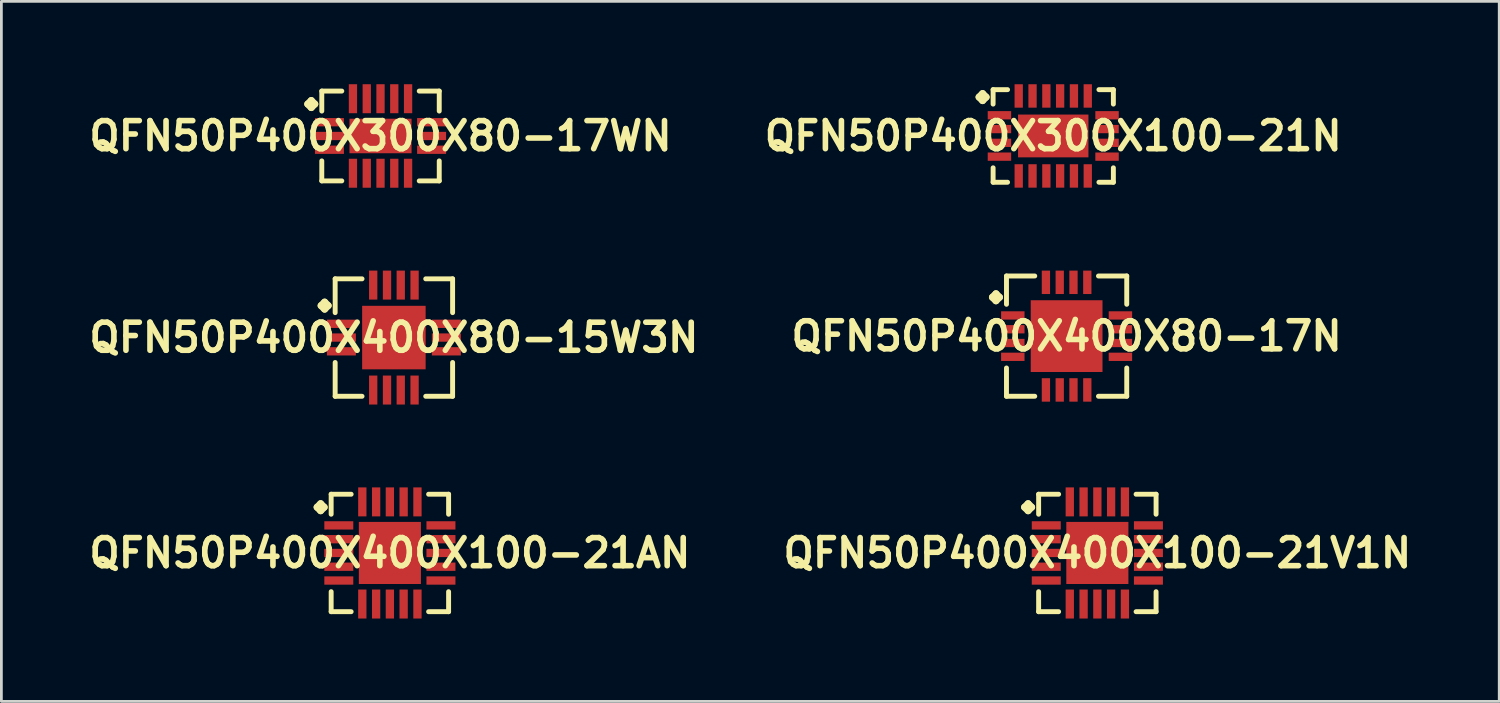
<source format=kicad_pcb>
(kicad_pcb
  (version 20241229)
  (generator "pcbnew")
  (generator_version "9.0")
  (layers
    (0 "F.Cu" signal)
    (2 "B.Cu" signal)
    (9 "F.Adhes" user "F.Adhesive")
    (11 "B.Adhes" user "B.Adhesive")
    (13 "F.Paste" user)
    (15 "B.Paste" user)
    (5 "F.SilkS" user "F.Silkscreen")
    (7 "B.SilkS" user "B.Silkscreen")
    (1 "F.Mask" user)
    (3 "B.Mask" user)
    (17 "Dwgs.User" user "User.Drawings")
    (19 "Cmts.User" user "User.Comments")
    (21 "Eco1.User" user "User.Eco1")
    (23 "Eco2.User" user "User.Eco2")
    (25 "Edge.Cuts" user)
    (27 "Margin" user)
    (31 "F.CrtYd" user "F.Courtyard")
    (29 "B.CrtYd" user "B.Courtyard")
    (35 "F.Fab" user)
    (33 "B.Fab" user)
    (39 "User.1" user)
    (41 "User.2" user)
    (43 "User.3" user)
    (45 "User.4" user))
  (footprint "QFN50P400X300X100-21N"
    (layer "F.Cu")
    (at 35.081 1.872)
    (property "Reference" "QFN50P400X300X100-21N" (at 0 0 0) (layer "F.SilkS") (effects (font (size 1.016 1.016) (thickness 0.203))))
    (attr smd)
    (fp_line (start -2.685 -1.407) (end -2.558 -1.534) (stroke (width 0.254) (type solid)) (layer "F.SilkS"))
    (fp_line (start -2.558 -1.534) (end -2.431 -1.407) (stroke (width 0.254) (type solid)) (layer "F.SilkS"))
    (fp_line (start -2.558 -1.28) (end -2.685 -1.407) (stroke (width 0.254) (type solid)) (layer "F.SilkS"))
    (fp_line (start -2.431 -1.407) (end -2.558 -1.28) (stroke (width 0.254) (type solid)) (layer "F.SilkS"))
    (fp_line (start -2.177 -1.676) (end -1.654 -1.676) (stroke (width 0.178) (type solid)) (layer "F.SilkS"))
    (fp_line (start -2.177 -1.153) (end -2.177 -1.676) (stroke (width 0.178) (type solid)) (layer "F.SilkS"))
    (fp_line (start -2.177 1.153) (end -2.177 1.676) (stroke (width 0.178) (type solid)) (layer "F.SilkS"))
    (fp_line (start -2.177 1.676) (end -1.654 1.676) (stroke (width 0.178) (type solid)) (layer "F.SilkS"))
    (fp_line (start 1.654 -1.676) (end 2.177 -1.676) (stroke (width 0.178) (type solid)) (layer "F.SilkS"))
    (fp_line (start 1.654 1.676) (end 2.177 1.676) (stroke (width 0.178) (type solid)) (layer "F.SilkS"))
    (fp_line (start 2.177 -1.676) (end 2.177 -1.153) (stroke (width 0.178) (type solid)) (layer "F.SilkS"))
    (fp_line (start 2.177 1.676) (end 2.177 1.153) (stroke (width 0.178) (type solid)) (layer "F.SilkS"))
    (pad "1" smd rect (at -1.948 -0.749) (size 0.848 0.3) (layers "F.Cu" "F.Mask" "F.Paste"))
    (pad "2" smd rect (at -1.948 -0.249) (size 0.848 0.3) (layers "F.Cu" "F.Mask" "F.Paste"))
    (pad "3" smd rect (at -1.948 0.249) (size 0.848 0.3) (layers "F.Cu" "F.Mask" "F.Paste"))
    (pad "4" smd rect (at -1.948 0.749) (size 0.848 0.3) (layers "F.Cu" "F.Mask" "F.Paste"))
    (pad "5" smd rect (at -1.25 1.448) (size 0.3 0.848) (layers "F.Cu" "F.Mask" "F.Paste"))
    (pad "6" smd rect (at -0.749 1.448) (size 0.3 0.848) (layers "F.Cu" "F.Mask" "F.Paste"))
    (pad "7" smd rect (at -0.249 1.448) (size 0.3 0.848) (layers "F.Cu" "F.Mask" "F.Paste"))
    (pad "8" smd rect (at 0.249 1.448) (size 0.3 0.848) (layers "F.Cu" "F.Mask" "F.Paste"))
    (pad "9" smd rect (at 0.749 1.448) (size 0.3 0.848) (layers "F.Cu" "F.Mask" "F.Paste"))
    (pad "10" smd rect (at 1.25 1.448) (size 0.3 0.848) (layers "F.Cu" "F.Mask" "F.Paste"))
    (pad "11" smd rect (at 1.948 0.749) (size 0.848 0.3) (layers "F.Cu" "F.Mask" "F.Paste"))
    (pad "12" smd rect (at 1.948 0.249) (size 0.848 0.3) (layers "F.Cu" "F.Mask" "F.Paste"))
    (pad "13" smd rect (at 1.948 -0.249) (size 0.848 0.3) (layers "F.Cu" "F.Mask" "F.Paste"))
    (pad "14" smd rect (at 1.948 -0.749) (size 0.848 0.3) (layers "F.Cu" "F.Mask" "F.Paste"))
    (pad "15" smd rect (at 1.25 -1.448) (size 0.3 0.848) (layers "F.Cu" "F.Mask" "F.Paste"))
    (pad "16" smd rect (at 0.749 -1.448) (size 0.3 0.848) (layers "F.Cu" "F.Mask" "F.Paste"))
    (pad "17" smd rect (at 0.249 -1.448) (size 0.3 0.848) (layers "F.Cu" "F.Mask" "F.Paste"))
    (pad "18" smd rect (at -0.249 -1.448) (size 0.3 0.848) (layers "F.Cu" "F.Mask" "F.Paste"))
    (pad "19" smd rect (at -0.749 -1.448) (size 0.3 0.848) (layers "F.Cu" "F.Mask" "F.Paste"))
    (pad "20" smd rect (at -1.25 -1.448) (size 0.3 0.848) (layers "F.Cu" "F.Mask" "F.Paste"))
    (pad "21" smd rect (at 0 0) (size 2.548 1.549) (layers "F.Cu" "F.Mask" "F.Paste")))
  (footprint "QFN50P400X400X80-17N"
    (layer "F.Cu")
    (at 35.565 9.119)
    (property "Reference" "QFN50P400X400X80-17N" (at 0 0 0) (layer "F.SilkS") (effects (font (size 1.016 1.016) (thickness 0.203))))
    (attr smd)
    (fp_line (start -2.685 -1.407) (end -2.558 -1.534) (stroke (width 0.254) (type solid)) (layer "F.SilkS"))
    (fp_line (start -2.558 -1.534) (end -2.431 -1.407) (stroke (width 0.254) (type solid)) (layer "F.SilkS"))
    (fp_line (start -2.558 -1.28) (end -2.685 -1.407) (stroke (width 0.254) (type solid)) (layer "F.SilkS"))
    (fp_line (start -2.431 -1.407) (end -2.558 -1.28) (stroke (width 0.254) (type solid)) (layer "F.SilkS"))
    (fp_line (start -2.177 -2.177) (end -1.153 -2.177) (stroke (width 0.178) (type solid)) (layer "F.SilkS"))
    (fp_line (start -2.177 -1.153) (end -2.177 -2.177) (stroke (width 0.178) (type solid)) (layer "F.SilkS"))
    (fp_line (start -2.177 1.153) (end -2.177 2.177) (stroke (width 0.178) (type solid)) (layer "F.SilkS"))
    (fp_line (start -2.177 2.177) (end -1.153 2.177) (stroke (width 0.178) (type solid)) (layer "F.SilkS"))
    (fp_line (start 1.153 -2.177) (end 2.177 -2.177) (stroke (width 0.178) (type solid)) (layer "F.SilkS"))
    (fp_line (start 1.153 2.177) (end 2.177 2.177) (stroke (width 0.178) (type solid)) (layer "F.SilkS"))
    (fp_line (start 2.177 -2.177) (end 2.177 -1.153) (stroke (width 0.178) (type solid)) (layer "F.SilkS"))
    (fp_line (start 2.177 2.177) (end 2.177 1.153) (stroke (width 0.178) (type solid)) (layer "F.SilkS"))
    (pad "1" smd rect (at -1.948 -0.749) (size 0.848 0.3) (layers "F.Cu" "F.Mask" "F.Paste"))
    (pad "2" smd rect (at -1.948 -0.249) (size 0.848 0.3) (layers "F.Cu" "F.Mask" "F.Paste"))
    (pad "3" smd rect (at -1.948 0.249) (size 0.848 0.3) (layers "F.Cu" "F.Mask" "F.Paste"))
    (pad "4" smd rect (at -1.948 0.749) (size 0.848 0.3) (layers "F.Cu" "F.Mask" "F.Paste"))
    (pad "5" smd rect (at -0.749 1.948) (size 0.3 0.848) (layers "F.Cu" "F.Mask" "F.Paste"))
    (pad "6" smd rect (at -0.249 1.948) (size 0.3 0.848) (layers "F.Cu" "F.Mask" "F.Paste"))
    (pad "7" smd rect (at 0.249 1.948) (size 0.3 0.848) (layers "F.Cu" "F.Mask" "F.Paste"))
    (pad "8" smd rect (at 0.749 1.948) (size 0.3 0.848) (layers "F.Cu" "F.Mask" "F.Paste"))
    (pad "9" smd rect (at 1.948 0.749) (size 0.848 0.3) (layers "F.Cu" "F.Mask" "F.Paste"))
    (pad "10" smd rect (at 1.948 0.249) (size 0.848 0.3) (layers "F.Cu" "F.Mask" "F.Paste"))
    (pad "11" smd rect (at 1.948 -0.249) (size 0.848 0.3) (layers "F.Cu" "F.Mask" "F.Paste"))
    (pad "12" smd rect (at 1.948 -0.749) (size 0.848 0.3) (layers "F.Cu" "F.Mask" "F.Paste"))
    (pad "13" smd rect (at 0.749 -1.948) (size 0.3 0.848) (layers "F.Cu" "F.Mask" "F.Paste"))
    (pad "14" smd rect (at 0.249 -1.948) (size 0.3 0.848) (layers "F.Cu" "F.Mask" "F.Paste"))
    (pad "15" smd rect (at -0.249 -1.948) (size 0.3 0.848) (layers "F.Cu" "F.Mask" "F.Paste"))
    (pad "16" smd rect (at -0.749 -1.948) (size 0.3 0.848) (layers "F.Cu" "F.Mask" "F.Paste"))
    (pad "17" smd rect (at 0 0) (size 2.598 2.598) (layers "F.Cu" "F.Mask" "F.Paste")))
  (footprint "QFN50P400X400X80-15W3N"
    (layer "F.Cu")
    (at 11.21 9.171)
    (property "Reference" "QFN50P400X400X80-15W3N" (at 0 0 0) (layer "F.SilkS") (effects (font (size 1.016 1.016) (thickness 0.203))))
    (attr smd)
    (fp_line (start -2.634 -1.156) (end -2.507 -1.283) (stroke (width 0.254) (type solid)) (layer "F.SilkS"))
    (fp_line (start -2.507 -1.283) (end -2.38 -1.156) (stroke (width 0.254) (type solid)) (layer "F.SilkS"))
    (fp_line (start -2.507 -1.029) (end -2.634 -1.156) (stroke (width 0.254) (type solid)) (layer "F.SilkS"))
    (fp_line (start -2.38 -1.156) (end -2.507 -1.029) (stroke (width 0.254) (type solid)) (layer "F.SilkS"))
    (fp_line (start -2.126 -2.126) (end -1.153 -2.126) (stroke (width 0.178) (type solid)) (layer "F.SilkS"))
    (fp_line (start -2.126 -0.902) (end -2.126 -2.126) (stroke (width 0.178) (type solid)) (layer "F.SilkS"))
    (fp_line (start -2.126 0.902) (end -2.126 2.126) (stroke (width 0.178) (type solid)) (layer "F.SilkS"))
    (fp_line (start -2.126 2.126) (end -1.153 2.126) (stroke (width 0.178) (type solid)) (layer "F.SilkS"))
    (fp_line (start 1.153 -2.126) (end 2.126 -2.126) (stroke (width 0.178) (type solid)) (layer "F.SilkS"))
    (fp_line (start 1.153 2.126) (end 2.126 2.126) (stroke (width 0.178) (type solid)) (layer "F.SilkS"))
    (fp_line (start 2.126 -2.126) (end 2.126 -0.902) (stroke (width 0.178) (type solid)) (layer "F.SilkS"))
    (fp_line (start 2.126 2.126) (end 2.126 0.902) (stroke (width 0.178) (type solid)) (layer "F.SilkS"))
    (pad "1" smd rect (at -1.9 -0.498) (size 1.049 0.3) (layers "F.Cu" "F.Mask" "F.Paste"))
    (pad "2" smd rect (at -1.9 0) (size 1.049 0.3) (layers "F.Cu" "F.Mask" "F.Paste"))
    (pad "3" smd rect (at -1.9 0.498) (size 1.049 0.3) (layers "F.Cu" "F.Mask" "F.Paste"))
    (pad "4" smd rect (at -0.749 1.9) (size 0.3 1.049) (layers "F.Cu" "F.Mask" "F.Paste"))
    (pad "5" smd rect (at -0.249 1.9) (size 0.3 1.049) (layers "F.Cu" "F.Mask" "F.Paste"))
    (pad "6" smd rect (at 0.249 1.9) (size 0.3 1.049) (layers "F.Cu" "F.Mask" "F.Paste"))
    (pad "7" smd rect (at 0.749 1.9) (size 0.3 1.049) (layers "F.Cu" "F.Mask" "F.Paste"))
    (pad "8" smd rect (at 1.9 0.498) (size 1.049 0.3) (layers "F.Cu" "F.Mask" "F.Paste"))
    (pad "9" smd rect (at 1.9 0) (size 1.049 0.3) (layers "F.Cu" "F.Mask" "F.Paste"))
    (pad "10" smd rect (at 1.9 -0.498) (size 1.049 0.3) (layers "F.Cu" "F.Mask" "F.Paste"))
    (pad "11" smd rect (at 0.749 -1.9) (size 0.3 1.049) (layers "F.Cu" "F.Mask" "F.Paste"))
    (pad "12" smd rect (at 0.249 -1.9) (size 0.3 1.049) (layers "F.Cu" "F.Mask" "F.Paste"))
    (pad "13" smd rect (at -0.249 -1.9) (size 0.3 1.049) (layers "F.Cu" "F.Mask" "F.Paste"))
    (pad "14" smd rect (at -0.749 -1.9) (size 0.3 1.049) (layers "F.Cu" "F.Mask" "F.Paste"))
    (pad "15" smd rect (at 0 0) (size 2.299 2.299) (layers "F.Cu" "F.Mask" "F.Paste")))
  (footprint "QFN50P400X400X100-21AN"
    (layer "F.Cu")
    (at 11.065 16.969)
    (property "Reference" "QFN50P400X400X100-21AN" (at 0 0 0) (layer "F.SilkS") (effects (font (size 1.016 1.016) (thickness 0.203))))
    (attr smd)
    (fp_line (start -2.634 -1.656) (end -2.507 -1.783) (stroke (width 0.254) (type solid)) (layer "F.SilkS"))
    (fp_line (start -2.507 -1.783) (end -2.38 -1.656) (stroke (width 0.254) (type solid)) (layer "F.SilkS"))
    (fp_line (start -2.507 -1.529) (end -2.634 -1.656) (stroke (width 0.254) (type solid)) (layer "F.SilkS"))
    (fp_line (start -2.38 -1.656) (end -2.507 -1.529) (stroke (width 0.254) (type solid)) (layer "F.SilkS"))
    (fp_line (start -2.126 -2.126) (end -1.402 -2.126) (stroke (width 0.178) (type solid)) (layer "F.SilkS"))
    (fp_line (start -2.126 -1.402) (end -2.126 -2.126) (stroke (width 0.178) (type solid)) (layer "F.SilkS"))
    (fp_line (start -2.126 1.402) (end -2.126 2.126) (stroke (width 0.178) (type solid)) (layer "F.SilkS"))
    (fp_line (start -2.126 2.126) (end -1.402 2.126) (stroke (width 0.178) (type solid)) (layer "F.SilkS"))
    (fp_line (start 1.402 -2.126) (end 2.126 -2.126) (stroke (width 0.178) (type solid)) (layer "F.SilkS"))
    (fp_line (start 1.402 2.126) (end 2.126 2.126) (stroke (width 0.178) (type solid)) (layer "F.SilkS"))
    (fp_line (start 2.126 -2.126) (end 2.126 -1.402) (stroke (width 0.178) (type solid)) (layer "F.SilkS"))
    (fp_line (start 2.126 2.126) (end 2.126 1.402) (stroke (width 0.178) (type solid)) (layer "F.SilkS"))
    (pad "1" smd rect (at -1.849 -0.998) (size 1.049 0.3) (layers "F.Cu" "F.Mask" "F.Paste"))
    (pad "2" smd rect (at -1.849 -0.498) (size 1.049 0.3) (layers "F.Cu" "F.Mask" "F.Paste"))
    (pad "3" smd rect (at -1.849 0) (size 1.049 0.3) (layers "F.Cu" "F.Mask" "F.Paste"))
    (pad "4" smd rect (at -1.849 0.498) (size 1.049 0.3) (layers "F.Cu" "F.Mask" "F.Paste"))
    (pad "5" smd rect (at -1.849 0.998) (size 1.049 0.3) (layers "F.Cu" "F.Mask" "F.Paste"))
    (pad "6" smd rect (at -0.998 1.849) (size 0.3 1.049) (layers "F.Cu" "F.Mask" "F.Paste"))
    (pad "7" smd rect (at -0.498 1.849) (size 0.3 1.049) (layers "F.Cu" "F.Mask" "F.Paste"))
    (pad "8" smd rect (at 0 1.849) (size 0.3 1.049) (layers "F.Cu" "F.Mask" "F.Paste"))
    (pad "9" smd rect (at 0.498 1.849) (size 0.3 1.049) (layers "F.Cu" "F.Mask" "F.Paste"))
    (pad "10" smd rect (at 0.998 1.849) (size 0.3 1.049) (layers "F.Cu" "F.Mask" "F.Paste"))
    (pad "11" smd rect (at 1.849 0.998) (size 1.049 0.3) (layers "F.Cu" "F.Mask" "F.Paste"))
    (pad "12" smd rect (at 1.849 0.498) (size 1.049 0.3) (layers "F.Cu" "F.Mask" "F.Paste"))
    (pad "13" smd rect (at 1.849 0) (size 1.049 0.3) (layers "F.Cu" "F.Mask" "F.Paste"))
    (pad "14" smd rect (at 1.849 -0.498) (size 1.049 0.3) (layers "F.Cu" "F.Mask" "F.Paste"))
    (pad "15" smd rect (at 1.849 -0.998) (size 1.049 0.3) (layers "F.Cu" "F.Mask" "F.Paste"))
    (pad "16" smd rect (at 0.998 -1.849) (size 0.3 1.049) (layers "F.Cu" "F.Mask" "F.Paste"))
    (pad "17" smd rect (at 0.498 -1.849) (size 0.3 1.049) (layers "F.Cu" "F.Mask" "F.Paste"))
    (pad "18" smd rect (at 0 -1.849) (size 0.3 1.049) (layers "F.Cu" "F.Mask" "F.Paste"))
    (pad "19" smd rect (at -0.498 -1.849) (size 0.3 1.049) (layers "F.Cu" "F.Mask" "F.Paste"))
    (pad "20" smd rect (at -0.998 -1.849) (size 0.3 1.049) (layers "F.Cu" "F.Mask" "F.Paste"))
    (pad "21" smd rect (at 0 0) (size 2.248 2.248) (layers "F.Cu" "F.Mask" "F.Paste")))
  (footprint "QFN50P400X400X100-21V1N"
    (layer "F.Cu")
    (at 36.678 16.969)
    (property "Reference" "QFN50P400X400X100-21V1N" (at 0 0 0) (layer "F.SilkS") (effects (font (size 1.016 1.016) (thickness 0.203))))
    (attr smd)
    (fp_line (start -2.634 -1.656) (end -2.507 -1.783) (stroke (width 0.254) (type solid)) (layer "F.SilkS"))
    (fp_line (start -2.507 -1.783) (end -2.38 -1.656) (stroke (width 0.254) (type solid)) (layer "F.SilkS"))
    (fp_line (start -2.507 -1.529) (end -2.634 -1.656) (stroke (width 0.254) (type solid)) (layer "F.SilkS"))
    (fp_line (start -2.38 -1.656) (end -2.507 -1.529) (stroke (width 0.254) (type solid)) (layer "F.SilkS"))
    (fp_line (start -2.126 -2.126) (end -1.402 -2.126) (stroke (width 0.178) (type solid)) (layer "F.SilkS"))
    (fp_line (start -2.126 -1.402) (end -2.126 -2.126) (stroke (width 0.178) (type solid)) (layer "F.SilkS"))
    (fp_line (start -2.126 1.402) (end -2.126 2.126) (stroke (width 0.178) (type solid)) (layer "F.SilkS"))
    (fp_line (start -2.126 2.126) (end -1.402 2.126) (stroke (width 0.178) (type solid)) (layer "F.SilkS"))
    (fp_line (start 1.402 -2.126) (end 2.126 -2.126) (stroke (width 0.178) (type solid)) (layer "F.SilkS"))
    (fp_line (start 1.402 2.126) (end 2.126 2.126) (stroke (width 0.178) (type solid)) (layer "F.SilkS"))
    (fp_line (start 2.126 -2.126) (end 2.126 -1.402) (stroke (width 0.178) (type solid)) (layer "F.SilkS"))
    (fp_line (start 2.126 2.126) (end 2.126 1.402) (stroke (width 0.178) (type solid)) (layer "F.SilkS"))
    (pad "1" smd rect (at -1.849 -0.998) (size 1.049 0.3) (layers "F.Cu" "F.Mask" "F.Paste"))
    (pad "2" smd rect (at -1.849 -0.498) (size 1.049 0.3) (layers "F.Cu" "F.Mask" "F.Paste"))
    (pad "3" smd rect (at -1.849 0) (size 1.049 0.3) (layers "F.Cu" "F.Mask" "F.Paste"))
    (pad "4" smd rect (at -1.849 0.498) (size 1.049 0.3) (layers "F.Cu" "F.Mask" "F.Paste"))
    (pad "5" smd rect (at -1.849 0.998) (size 1.049 0.3) (layers "F.Cu" "F.Mask" "F.Paste"))
    (pad "6" smd rect (at -0.998 1.849) (size 0.3 1.049) (layers "F.Cu" "F.Mask" "F.Paste"))
    (pad "7" smd rect (at -0.498 1.849) (size 0.3 1.049) (layers "F.Cu" "F.Mask" "F.Paste"))
    (pad "8" smd rect (at 0 1.849) (size 0.3 1.049) (layers "F.Cu" "F.Mask" "F.Paste"))
    (pad "9" smd rect (at 0.498 1.849) (size 0.3 1.049) (layers "F.Cu" "F.Mask" "F.Paste"))
    (pad "10" smd rect (at 0.998 1.849) (size 0.3 1.049) (layers "F.Cu" "F.Mask" "F.Paste"))
    (pad "11" smd rect (at 1.849 0.998) (size 1.049 0.3) (layers "F.Cu" "F.Mask" "F.Paste"))
    (pad "12" smd rect (at 1.849 0.498) (size 1.049 0.3) (layers "F.Cu" "F.Mask" "F.Paste"))
    (pad "13" smd rect (at 1.849 0) (size 1.049 0.3) (layers "F.Cu" "F.Mask" "F.Paste"))
    (pad "14" smd rect (at 1.849 -0.498) (size 1.049 0.3) (layers "F.Cu" "F.Mask" "F.Paste"))
    (pad "15" smd rect (at 1.849 -0.998) (size 1.049 0.3) (layers "F.Cu" "F.Mask" "F.Paste"))
    (pad "16" smd rect (at 0.998 -1.849) (size 0.3 1.049) (layers "F.Cu" "F.Mask" "F.Paste"))
    (pad "17" smd rect (at 0.498 -1.849) (size 0.3 1.049) (layers "F.Cu" "F.Mask" "F.Paste"))
    (pad "18" smd rect (at 0 -1.849) (size 0.3 1.049) (layers "F.Cu" "F.Mask" "F.Paste"))
    (pad "19" smd rect (at -0.498 -1.849) (size 0.3 1.049) (layers "F.Cu" "F.Mask" "F.Paste"))
    (pad "20" smd rect (at -0.998 -1.849) (size 0.3 1.049) (layers "F.Cu" "F.Mask" "F.Paste"))
    (pad "21" smd rect (at 0 0) (size 2.248 2.248) (layers "F.Cu" "F.Mask" "F.Paste")))
  (footprint "QFN50P400X300X80-17WN"
    (layer "F.Cu")
    (at 10.726 1.873)
    (property "Reference" "QFN50P400X300X80-17WN" (at 0 0 0) (layer "F.SilkS") (effects (font (size 1.016 1.016) (thickness 0.203))))
    (attr smd)
    (fp_line (start -2.634 -1.156) (end -2.507 -1.283) (stroke (width 0.254) (type solid)) (layer "F.SilkS"))
    (fp_line (start -2.507 -1.283) (end -2.38 -1.156) (stroke (width 0.254) (type solid)) (layer "F.SilkS"))
    (fp_line (start -2.507 -1.029) (end -2.634 -1.156) (stroke (width 0.254) (type solid)) (layer "F.SilkS"))
    (fp_line (start -2.38 -1.156) (end -2.507 -1.029) (stroke (width 0.254) (type solid)) (layer "F.SilkS"))
    (fp_line (start -2.126 -1.626) (end -1.402 -1.626) (stroke (width 0.178) (type solid)) (layer "F.SilkS"))
    (fp_line (start -2.126 -0.902) (end -2.126 -1.626) (stroke (width 0.178) (type solid)) (layer "F.SilkS"))
    (fp_line (start -2.126 0.902) (end -2.126 1.626) (stroke (width 0.178) (type solid)) (layer "F.SilkS"))
    (fp_line (start -2.126 1.626) (end -1.402 1.626) (stroke (width 0.178) (type solid)) (layer "F.SilkS"))
    (fp_line (start 1.402 -1.626) (end 2.126 -1.626) (stroke (width 0.178) (type solid)) (layer "F.SilkS"))
    (fp_line (start 1.402 1.626) (end 2.126 1.626) (stroke (width 0.178) (type solid)) (layer "F.SilkS"))
    (fp_line (start 2.126 -1.626) (end 2.126 -0.902) (stroke (width 0.178) (type solid)) (layer "F.SilkS"))
    (fp_line (start 2.126 1.626) (end 2.126 0.902) (stroke (width 0.178) (type solid)) (layer "F.SilkS"))
    (pad "1" smd rect (at -1.849 -0.498) (size 1.049 0.3) (layers "F.Cu" "F.Mask" "F.Paste"))
    (pad "2" smd rect (at -1.849 0) (size 1.049 0.3) (layers "F.Cu" "F.Mask" "F.Paste"))
    (pad "3" smd rect (at -1.849 0.498) (size 1.049 0.3) (layers "F.Cu" "F.Mask" "F.Paste"))
    (pad "4" smd rect (at -0.998 1.349) (size 0.3 1.049) (layers "F.Cu" "F.Mask" "F.Paste"))
    (pad "5" smd rect (at -0.498 1.349) (size 0.3 1.049) (layers "F.Cu" "F.Mask" "F.Paste"))
    (pad "6" smd rect (at 0 1.349) (size 0.3 1.049) (layers "F.Cu" "F.Mask" "F.Paste"))
    (pad "7" smd rect (at 0.498 1.349) (size 0.3 1.049) (layers "F.Cu" "F.Mask" "F.Paste"))
    (pad "8" smd rect (at 0.998 1.349) (size 0.3 1.049) (layers "F.Cu" "F.Mask" "F.Paste"))
    (pad "9" smd rect (at 1.849 0.498) (size 1.049 0.3) (layers "F.Cu" "F.Mask" "F.Paste"))
    (pad "10" smd rect (at 1.849 0) (size 1.049 0.3) (layers "F.Cu" "F.Mask" "F.Paste"))
    (pad "11" smd rect (at 1.849 -0.498) (size 1.049 0.3) (layers "F.Cu" "F.Mask" "F.Paste"))
    (pad "12" smd rect (at 0.998 -1.349) (size 0.3 1.049) (layers "F.Cu" "F.Mask" "F.Paste"))
    (pad "13" smd rect (at 0.498 -1.349) (size 0.3 1.049) (layers "F.Cu" "F.Mask" "F.Paste"))
    (pad "14" smd rect (at 0 -1.349) (size 0.3 1.049) (layers "F.Cu" "F.Mask" "F.Paste"))
    (pad "15" smd rect (at -0.498 -1.349) (size 0.3 1.049) (layers "F.Cu" "F.Mask" "F.Paste"))
    (pad "16" smd rect (at -0.998 -1.349) (size 0.3 1.049) (layers "F.Cu" "F.Mask" "F.Paste"))
    (pad "17" smd rect (at 0 0) (size 2.248 1.25) (layers "F.Cu" "F.Mask" "F.Paste")))
  (gr_rect
    (start -3 -3)
    (end 51.227 22.343)
    (stroke (width 0.1) (type default))
    (fill no)
    (layer "Edge.Cuts")))
</source>
